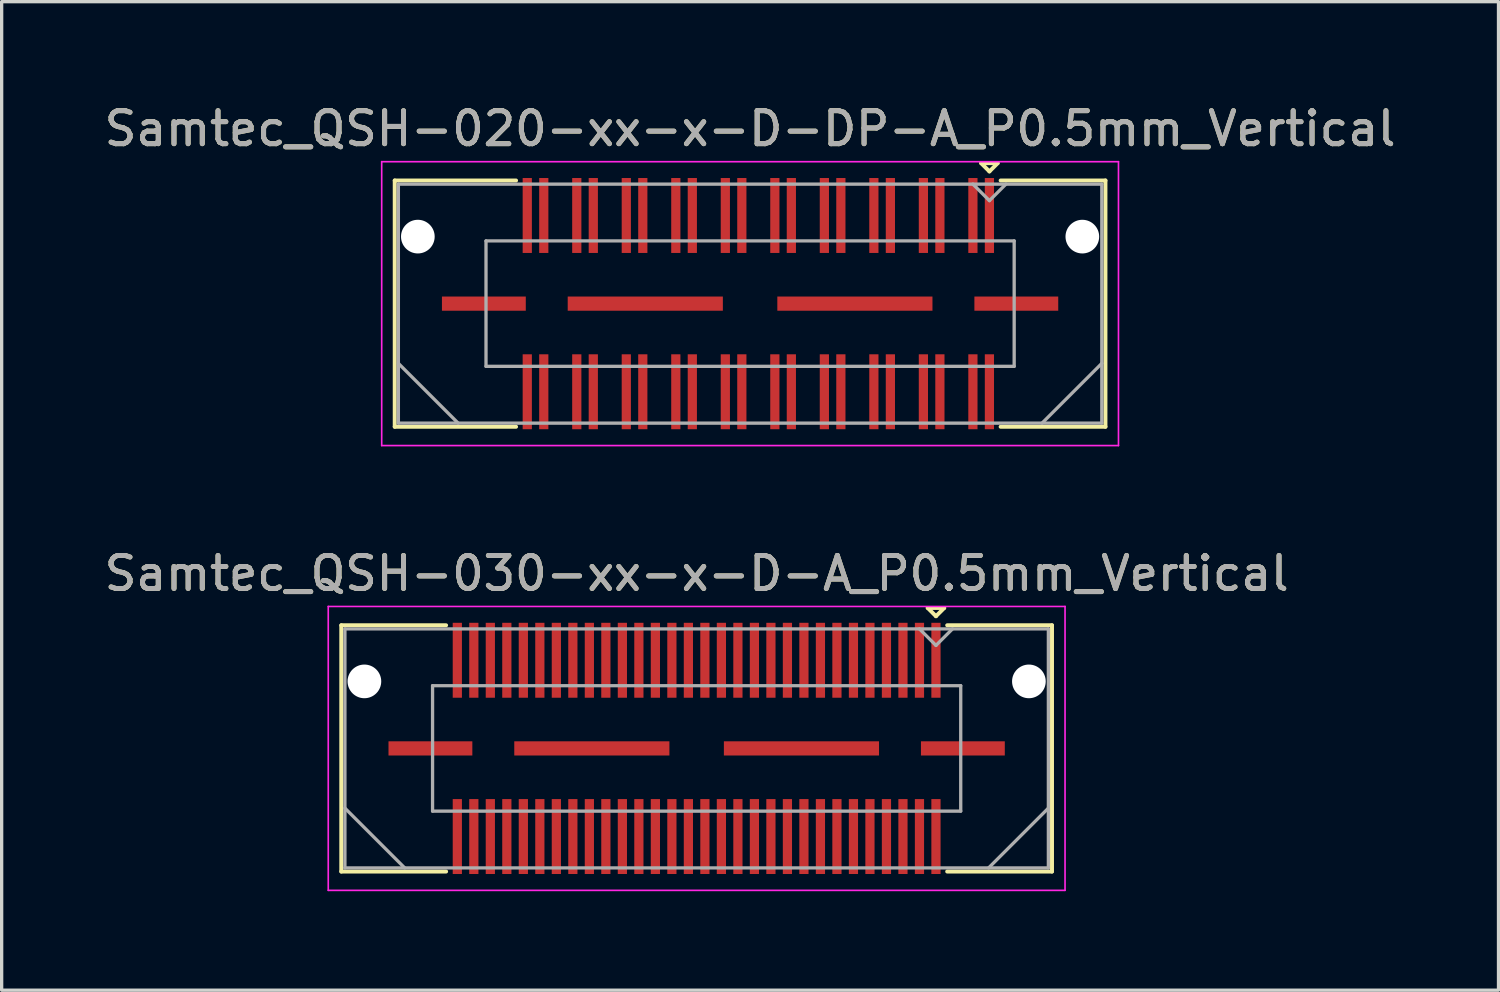
<source format=kicad_pcb>
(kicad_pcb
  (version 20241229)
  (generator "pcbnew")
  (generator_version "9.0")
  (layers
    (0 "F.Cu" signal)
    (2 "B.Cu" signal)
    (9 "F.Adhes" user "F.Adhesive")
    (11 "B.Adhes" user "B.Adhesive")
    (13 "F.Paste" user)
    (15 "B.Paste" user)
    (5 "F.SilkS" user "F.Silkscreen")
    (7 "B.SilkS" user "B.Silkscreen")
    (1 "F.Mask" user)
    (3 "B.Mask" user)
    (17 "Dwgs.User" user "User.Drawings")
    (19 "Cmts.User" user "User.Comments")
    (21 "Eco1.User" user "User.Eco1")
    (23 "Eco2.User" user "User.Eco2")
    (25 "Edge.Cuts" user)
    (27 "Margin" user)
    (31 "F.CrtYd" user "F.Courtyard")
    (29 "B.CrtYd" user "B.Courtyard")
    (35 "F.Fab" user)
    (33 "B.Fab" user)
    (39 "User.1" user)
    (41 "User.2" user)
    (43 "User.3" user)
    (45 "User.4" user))
  (footprint "Samtec_QSH-030-xx-x-D-A_P0.5mm_Vertical"
    (layer "F.Cu")
    (at 18.054 19.622)
    (property "Reference" "Samtec_QSH-030-xx-x-D-A_P0.5mm_Vertical" (at 0 -5.3 0) (layer "F.SilkS") (effects (font (size 1 1) (thickness 0.15))))
    (attr smd)
    (fp_line (start -10.765 -3.73) (end -7.59 -3.73) (stroke (width 0.12) (type solid)) (layer "F.SilkS"))
    (fp_line (start -10.765 3.73) (end -10.765 -3.73) (stroke (width 0.12) (type solid)) (layer "F.SilkS"))
    (fp_line (start -7.59 3.73) (end -10.765 3.73) (stroke (width 0.12) (type solid)) (layer "F.SilkS"))
    (fp_line (start 7 -4.255) (end 7.5 -4.255) (stroke (width 0.12) (type solid)) (layer "F.SilkS"))
    (fp_line (start 7.25 -4.005) (end 7 -4.255) (stroke (width 0.12) (type solid)) (layer "F.SilkS"))
    (fp_line (start 7.5 -4.255) (end 7.25 -4.005) (stroke (width 0.12) (type solid)) (layer "F.SilkS"))
    (fp_line (start 7.59 3.73) (end 10.765 3.73) (stroke (width 0.12) (type solid)) (layer "F.SilkS"))
    (fp_line (start 10.765 -3.73) (end 7.59 -3.73) (stroke (width 0.12) (type solid)) (layer "F.SilkS"))
    (fp_line (start 10.765 3.73) (end 10.765 -3.73) (stroke (width 0.12) (type solid)) (layer "F.SilkS"))
    (fp_line (start -11.16 -4.3) (end -11.16 4.3) (stroke (width 0.05) (type solid)) (layer "F.CrtYd"))
    (fp_line (start -11.16 4.3) (end 11.16 4.3) (stroke (width 0.05) (type solid)) (layer "F.CrtYd"))
    (fp_line (start 11.16 -4.3) (end -11.16 -4.3) (stroke (width 0.05) (type solid)) (layer "F.CrtYd"))
    (fp_line (start 11.16 4.3) (end 11.16 -4.3) (stroke (width 0.05) (type solid)) (layer "F.CrtYd"))
    (fp_line (start -10.655 -3.62) (end -10.655 3.62) (stroke (width 0.1) (type solid)) (layer "F.Fab"))
    (fp_line (start -10.655 1.81) (end -8.845 3.62) (stroke (width 0.1) (type solid)) (layer "F.Fab"))
    (fp_line (start -10.655 3.62) (end 10.655 3.62) (stroke (width 0.1) (type solid)) (layer "F.Fab"))
    (fp_line (start -8 -1.9) (end -8 1.9) (stroke (width 0.1) (type solid)) (layer "F.Fab"))
    (fp_line (start -8 1.9) (end 8 1.9) (stroke (width 0.1) (type solid)) (layer "F.Fab"))
    (fp_line (start 7.25 -3.12) (end 6.75 -3.62) (stroke (width 0.1) (type solid)) (layer "F.Fab"))
    (fp_line (start 7.75 -3.62) (end 7.25 -3.12) (stroke (width 0.1) (type solid)) (layer "F.Fab"))
    (fp_line (start 8 -1.9) (end -8 -1.9) (stroke (width 0.1) (type solid)) (layer "F.Fab"))
    (fp_line (start 8 1.9) (end 8 -1.9) (stroke (width 0.1) (type solid)) (layer "F.Fab"))
    (fp_line (start 10.655 -3.62) (end -10.655 -3.62) (stroke (width 0.1) (type solid)) (layer "F.Fab"))
    (fp_line (start 10.655 1.81) (end 8.845 3.62) (stroke (width 0.1) (type solid)) (layer "F.Fab"))
    (fp_line (start 10.655 3.62) (end 10.655 -3.62) (stroke (width 0.1) (type solid)) (layer "F.Fab"))
    (fp_text user "${REFERENCE}" (at 0 -5.3 0) (layer "F.Fab") (effects (font (size 1 1) (thickness 0.15))))
    (pad "" np_thru_hole circle (at -10.065 -2.03) (size 1.02 1.02) (drill 1.02) (layers "*.Cu" "*.Mask"))
    (pad "" np_thru_hole circle (at 10.065 -2.03) (size 1.02 1.02) (drill 1.02) (layers "*.Cu" "*.Mask"))
    (pad "1" smd rect (at 7.25 -2.67) (size 0.279 2.27) (layers "F.Cu" "F.Mask" "F.Paste"))
    (pad "2" smd rect (at 7.25 2.67) (size 0.279 2.27) (layers "F.Cu" "F.Mask" "F.Paste"))
    (pad "3" smd rect (at 6.75 -2.67) (size 0.279 2.27) (layers "F.Cu" "F.Mask" "F.Paste"))
    (pad "4" smd rect (at 6.75 2.67) (size 0.279 2.27) (layers "F.Cu" "F.Mask" "F.Paste"))
    (pad "5" smd rect (at 6.25 -2.67) (size 0.279 2.27) (layers "F.Cu" "F.Mask" "F.Paste"))
    (pad "6" smd rect (at 6.25 2.67) (size 0.279 2.27) (layers "F.Cu" "F.Mask" "F.Paste"))
    (pad "7" smd rect (at 5.75 -2.67) (size 0.279 2.27) (layers "F.Cu" "F.Mask" "F.Paste"))
    (pad "8" smd rect (at 5.75 2.67) (size 0.279 2.27) (layers "F.Cu" "F.Mask" "F.Paste"))
    (pad "9" smd rect (at 5.25 -2.67) (size 0.279 2.27) (layers "F.Cu" "F.Mask" "F.Paste"))
    (pad "10" smd rect (at 5.25 2.67) (size 0.279 2.27) (layers "F.Cu" "F.Mask" "F.Paste"))
    (pad "11" smd rect (at 4.75 -2.67) (size 0.279 2.27) (layers "F.Cu" "F.Mask" "F.Paste"))
    (pad "12" smd rect (at 4.75 2.67) (size 0.279 2.27) (layers "F.Cu" "F.Mask" "F.Paste"))
    (pad "13" smd rect (at 4.25 -2.67) (size 0.279 2.27) (layers "F.Cu" "F.Mask" "F.Paste"))
    (pad "14" smd rect (at 4.25 2.67) (size 0.279 2.27) (layers "F.Cu" "F.Mask" "F.Paste"))
    (pad "15" smd rect (at 3.75 -2.67) (size 0.279 2.27) (layers "F.Cu" "F.Mask" "F.Paste"))
    (pad "16" smd rect (at 3.75 2.67) (size 0.279 2.27) (layers "F.Cu" "F.Mask" "F.Paste"))
    (pad "17" smd rect (at 3.25 -2.67) (size 0.279 2.27) (layers "F.Cu" "F.Mask" "F.Paste"))
    (pad "18" smd rect (at 3.25 2.67) (size 0.279 2.27) (layers "F.Cu" "F.Mask" "F.Paste"))
    (pad "19" smd rect (at 2.75 -2.67) (size 0.279 2.27) (layers "F.Cu" "F.Mask" "F.Paste"))
    (pad "20" smd rect (at 2.75 2.67) (size 0.279 2.27) (layers "F.Cu" "F.Mask" "F.Paste"))
    (pad "21" smd rect (at 2.25 -2.67) (size 0.279 2.27) (layers "F.Cu" "F.Mask" "F.Paste"))
    (pad "22" smd rect (at 2.25 2.67) (size 0.279 2.27) (layers "F.Cu" "F.Mask" "F.Paste"))
    (pad "23" smd rect (at 1.75 -2.67) (size 0.279 2.27) (layers "F.Cu" "F.Mask" "F.Paste"))
    (pad "24" smd rect (at 1.75 2.67) (size 0.279 2.27) (layers "F.Cu" "F.Mask" "F.Paste"))
    (pad "25" smd rect (at 1.25 -2.67) (size 0.279 2.27) (layers "F.Cu" "F.Mask" "F.Paste"))
    (pad "26" smd rect (at 1.25 2.67) (size 0.279 2.27) (layers "F.Cu" "F.Mask" "F.Paste"))
    (pad "27" smd rect (at 0.75 -2.67) (size 0.279 2.27) (layers "F.Cu" "F.Mask" "F.Paste"))
    (pad "28" smd rect (at 0.75 2.67) (size 0.279 2.27) (layers "F.Cu" "F.Mask" "F.Paste"))
    (pad "29" smd rect (at 0.25 -2.67) (size 0.279 2.27) (layers "F.Cu" "F.Mask" "F.Paste"))
    (pad "30" smd rect (at 0.25 2.67) (size 0.279 2.27) (layers "F.Cu" "F.Mask" "F.Paste"))
    (pad "31" smd rect (at -0.25 -2.67) (size 0.279 2.27) (layers "F.Cu" "F.Mask" "F.Paste"))
    (pad "32" smd rect (at -0.25 2.67) (size 0.279 2.27) (layers "F.Cu" "F.Mask" "F.Paste"))
    (pad "33" smd rect (at -0.75 -2.67) (size 0.279 2.27) (layers "F.Cu" "F.Mask" "F.Paste"))
    (pad "34" smd rect (at -0.75 2.67) (size 0.279 2.27) (layers "F.Cu" "F.Mask" "F.Paste"))
    (pad "35" smd rect (at -1.25 -2.67) (size 0.279 2.27) (layers "F.Cu" "F.Mask" "F.Paste"))
    (pad "36" smd rect (at -1.25 2.67) (size 0.279 2.27) (layers "F.Cu" "F.Mask" "F.Paste"))
    (pad "37" smd rect (at -1.75 -2.67) (size 0.279 2.27) (layers "F.Cu" "F.Mask" "F.Paste"))
    (pad "38" smd rect (at -1.75 2.67) (size 0.279 2.27) (layers "F.Cu" "F.Mask" "F.Paste"))
    (pad "39" smd rect (at -2.25 -2.67) (size 0.279 2.27) (layers "F.Cu" "F.Mask" "F.Paste"))
    (pad "40" smd rect (at -2.25 2.67) (size 0.279 2.27) (layers "F.Cu" "F.Mask" "F.Paste"))
    (pad "41" smd rect (at -2.75 -2.67) (size 0.279 2.27) (layers "F.Cu" "F.Mask" "F.Paste"))
    (pad "42" smd rect (at -2.75 2.67) (size 0.279 2.27) (layers "F.Cu" "F.Mask" "F.Paste"))
    (pad "43" smd rect (at -3.25 -2.67) (size 0.279 2.27) (layers "F.Cu" "F.Mask" "F.Paste"))
    (pad "44" smd rect (at -3.25 2.67) (size 0.279 2.27) (layers "F.Cu" "F.Mask" "F.Paste"))
    (pad "45" smd rect (at -3.75 -2.67) (size 0.279 2.27) (layers "F.Cu" "F.Mask" "F.Paste"))
    (pad "46" smd rect (at -3.75 2.67) (size 0.279 2.27) (layers "F.Cu" "F.Mask" "F.Paste"))
    (pad "47" smd rect (at -4.25 -2.67) (size 0.279 2.27) (layers "F.Cu" "F.Mask" "F.Paste"))
    (pad "48" smd rect (at -4.25 2.67) (size 0.279 2.27) (layers "F.Cu" "F.Mask" "F.Paste"))
    (pad "49" smd rect (at -4.75 -2.67) (size 0.279 2.27) (layers "F.Cu" "F.Mask" "F.Paste"))
    (pad "50" smd rect (at -4.75 2.67) (size 0.279 2.27) (layers "F.Cu" "F.Mask" "F.Paste"))
    (pad "51" smd rect (at -5.25 -2.67) (size 0.279 2.27) (layers "F.Cu" "F.Mask" "F.Paste"))
    (pad "52" smd rect (at -5.25 2.67) (size 0.279 2.27) (layers "F.Cu" "F.Mask" "F.Paste"))
    (pad "53" smd rect (at -5.75 -2.67) (size 0.279 2.27) (layers "F.Cu" "F.Mask" "F.Paste"))
    (pad "54" smd rect (at -5.75 2.67) (size 0.279 2.27) (layers "F.Cu" "F.Mask" "F.Paste"))
    (pad "55" smd rect (at -6.25 -2.67) (size 0.279 2.27) (layers "F.Cu" "F.Mask" "F.Paste"))
    (pad "56" smd rect (at -6.25 2.67) (size 0.279 2.27) (layers "F.Cu" "F.Mask" "F.Paste"))
    (pad "57" smd rect (at -6.75 -2.67) (size 0.279 2.27) (layers "F.Cu" "F.Mask" "F.Paste"))
    (pad "58" smd rect (at -6.75 2.67) (size 0.279 2.27) (layers "F.Cu" "F.Mask" "F.Paste"))
    (pad "59" smd rect (at -7.25 -2.67) (size 0.279 2.27) (layers "F.Cu" "F.Mask" "F.Paste"))
    (pad "60" smd rect (at -7.25 2.67) (size 0.279 2.27) (layers "F.Cu" "F.Mask" "F.Paste"))
    (pad "P1" smd rect (at -8.065 0) (size 2.54 0.43) (layers "F.Cu" "F.Mask" "F.Paste"))
    (pad "P1" smd rect (at -3.175 0) (size 4.7 0.43) (layers "F.Cu" "F.Mask" "F.Paste"))
    (pad "P1" smd rect (at 3.175 0) (size 4.7 0.43) (layers "F.Cu" "F.Mask" "F.Paste"))
    (pad "P1" smd rect (at 8.065 0) (size 2.54 0.43) (layers "F.Cu" "F.Mask" "F.Paste")))
  (footprint "Samtec_QSH-020-xx-x-D-DP-A_P0.5mm_Vertical"
    (layer "F.Cu")
    (at 19.673 6.148)
    (property "Reference" "Samtec_QSH-020-xx-x-D-DP-A_P0.5mm_Vertical" (at 0 -5.3 0) (layer "F.SilkS") (effects (font (size 1 1) (thickness 0.15))))
    (attr smd)
    (fp_line (start -10.765 -3.73) (end -7.09 -3.73) (stroke (width 0.12) (type solid)) (layer "F.SilkS"))
    (fp_line (start -10.765 3.73) (end -10.765 -3.73) (stroke (width 0.12) (type solid)) (layer "F.SilkS"))
    (fp_line (start -7.09 3.73) (end -10.765 3.73) (stroke (width 0.12) (type solid)) (layer "F.SilkS"))
    (fp_line (start 7 -4.255) (end 7.5 -4.255) (stroke (width 0.12) (type solid)) (layer "F.SilkS"))
    (fp_line (start 7.25 -4.005) (end 7 -4.255) (stroke (width 0.12) (type solid)) (layer "F.SilkS"))
    (fp_line (start 7.5 -4.255) (end 7.25 -4.005) (stroke (width 0.12) (type solid)) (layer "F.SilkS"))
    (fp_line (start 7.59 3.73) (end 10.765 3.73) (stroke (width 0.12) (type solid)) (layer "F.SilkS"))
    (fp_line (start 10.765 -3.73) (end 7.59 -3.73) (stroke (width 0.12) (type solid)) (layer "F.SilkS"))
    (fp_line (start 10.765 3.73) (end 10.765 -3.73) (stroke (width 0.12) (type solid)) (layer "F.SilkS"))
    (fp_line (start -11.16 -4.3) (end -11.16 4.3) (stroke (width 0.05) (type solid)) (layer "F.CrtYd"))
    (fp_line (start -11.16 4.3) (end 11.16 4.3) (stroke (width 0.05) (type solid)) (layer "F.CrtYd"))
    (fp_line (start 11.16 -4.3) (end -11.16 -4.3) (stroke (width 0.05) (type solid)) (layer "F.CrtYd"))
    (fp_line (start 11.16 4.3) (end 11.16 -4.3) (stroke (width 0.05) (type solid)) (layer "F.CrtYd"))
    (fp_line (start -10.655 -3.62) (end -10.655 3.62) (stroke (width 0.1) (type solid)) (layer "F.Fab"))
    (fp_line (start -10.655 1.81) (end -8.845 3.62) (stroke (width 0.1) (type solid)) (layer "F.Fab"))
    (fp_line (start -10.655 3.62) (end 10.655 3.62) (stroke (width 0.1) (type solid)) (layer "F.Fab"))
    (fp_line (start -8 -1.9) (end -8 1.9) (stroke (width 0.1) (type solid)) (layer "F.Fab"))
    (fp_line (start -8 1.9) (end 8 1.9) (stroke (width 0.1) (type solid)) (layer "F.Fab"))
    (fp_line (start 7.25 -3.12) (end 6.75 -3.62) (stroke (width 0.1) (type solid)) (layer "F.Fab"))
    (fp_line (start 7.75 -3.62) (end 7.25 -3.12) (stroke (width 0.1) (type solid)) (layer "F.Fab"))
    (fp_line (start 8 -1.9) (end -8 -1.9) (stroke (width 0.1) (type solid)) (layer "F.Fab"))
    (fp_line (start 8 1.9) (end 8 -1.9) (stroke (width 0.1) (type solid)) (layer "F.Fab"))
    (fp_line (start 10.655 -3.62) (end -10.655 -3.62) (stroke (width 0.1) (type solid)) (layer "F.Fab"))
    (fp_line (start 10.655 1.81) (end 8.845 3.62) (stroke (width 0.1) (type solid)) (layer "F.Fab"))
    (fp_line (start 10.655 3.62) (end 10.655 -3.62) (stroke (width 0.1) (type solid)) (layer "F.Fab"))
    (fp_text user "${REFERENCE}" (at 0 -5.3 0) (layer "F.Fab") (effects (font (size 1 1) (thickness 0.15))))
    (pad "" np_thru_hole circle (at -10.065 -2.03) (size 1.02 1.02) (drill 1.02) (layers "*.Cu" "*.Mask"))
    (pad "" np_thru_hole circle (at 10.065 -2.03) (size 1.02 1.02) (drill 1.02) (layers "*.Cu" "*.Mask"))
    (pad "1" smd rect (at 7.25 -2.67) (size 0.279 2.27) (layers "F.Cu" "F.Mask" "F.Paste"))
    (pad "2" smd rect (at 7.25 2.67) (size 0.279 2.27) (layers "F.Cu" "F.Mask" "F.Paste"))
    (pad "3" smd rect (at 6.75 -2.67) (size 0.279 2.27) (layers "F.Cu" "F.Mask" "F.Paste"))
    (pad "4" smd rect (at 6.75 2.67) (size 0.279 2.27) (layers "F.Cu" "F.Mask" "F.Paste"))
    (pad "5" smd rect (at 5.75 -2.67) (size 0.279 2.27) (layers "F.Cu" "F.Mask" "F.Paste"))
    (pad "6" smd rect (at 5.75 2.67) (size 0.279 2.27) (layers "F.Cu" "F.Mask" "F.Paste"))
    (pad "7" smd rect (at 5.25 -2.67) (size 0.279 2.27) (layers "F.Cu" "F.Mask" "F.Paste"))
    (pad "8" smd rect (at 5.25 2.67) (size 0.279 2.27) (layers "F.Cu" "F.Mask" "F.Paste"))
    (pad "9" smd rect (at 4.25 -2.67) (size 0.279 2.27) (layers "F.Cu" "F.Mask" "F.Paste"))
    (pad "10" smd rect (at 4.25 2.67) (size 0.279 2.27) (layers "F.Cu" "F.Mask" "F.Paste"))
    (pad "11" smd rect (at 3.75 -2.67) (size 0.279 2.27) (layers "F.Cu" "F.Mask" "F.Paste"))
    (pad "12" smd rect (at 3.75 2.67) (size 0.279 2.27) (layers "F.Cu" "F.Mask" "F.Paste"))
    (pad "13" smd rect (at 2.75 -2.67) (size 0.279 2.27) (layers "F.Cu" "F.Mask" "F.Paste"))
    (pad "14" smd rect (at 2.75 2.67) (size 0.279 2.27) (layers "F.Cu" "F.Mask" "F.Paste"))
    (pad "15" smd rect (at 2.25 -2.67) (size 0.279 2.27) (layers "F.Cu" "F.Mask" "F.Paste"))
    (pad "16" smd rect (at 2.25 2.67) (size 0.279 2.27) (layers "F.Cu" "F.Mask" "F.Paste"))
    (pad "17" smd rect (at 1.25 -2.67) (size 0.279 2.27) (layers "F.Cu" "F.Mask" "F.Paste"))
    (pad "18" smd rect (at 1.25 2.67) (size 0.279 2.27) (layers "F.Cu" "F.Mask" "F.Paste"))
    (pad "19" smd rect (at 0.75 -2.67) (size 0.279 2.27) (layers "F.Cu" "F.Mask" "F.Paste"))
    (pad "20" smd rect (at 0.75 2.67) (size 0.279 2.27) (layers "F.Cu" "F.Mask" "F.Paste"))
    (pad "21" smd rect (at -0.25 -2.67) (size 0.279 2.27) (layers "F.Cu" "F.Mask" "F.Paste"))
    (pad "22" smd rect (at -0.25 2.67) (size 0.279 2.27) (layers "F.Cu" "F.Mask" "F.Paste"))
    (pad "23" smd rect (at -0.75 -2.67) (size 0.279 2.27) (layers "F.Cu" "F.Mask" "F.Paste"))
    (pad "24" smd rect (at -0.75 2.67) (size 0.279 2.27) (layers "F.Cu" "F.Mask" "F.Paste"))
    (pad "25" smd rect (at -1.75 -2.67) (size 0.279 2.27) (layers "F.Cu" "F.Mask" "F.Paste"))
    (pad "26" smd rect (at -1.75 2.67) (size 0.279 2.27) (layers "F.Cu" "F.Mask" "F.Paste"))
    (pad "27" smd rect (at -2.25 -2.67) (size 0.279 2.27) (layers "F.Cu" "F.Mask" "F.Paste"))
    (pad "28" smd rect (at -2.25 2.67) (size 0.279 2.27) (layers "F.Cu" "F.Mask" "F.Paste"))
    (pad "29" smd rect (at -3.25 -2.67) (size 0.279 2.27) (layers "F.Cu" "F.Mask" "F.Paste"))
    (pad "30" smd rect (at -3.25 2.67) (size 0.279 2.27) (layers "F.Cu" "F.Mask" "F.Paste"))
    (pad "31" smd rect (at -3.75 -2.67) (size 0.279 2.27) (layers "F.Cu" "F.Mask" "F.Paste"))
    (pad "32" smd rect (at -3.75 2.67) (size 0.279 2.27) (layers "F.Cu" "F.Mask" "F.Paste"))
    (pad "33" smd rect (at -4.75 -2.67) (size 0.279 2.27) (layers "F.Cu" "F.Mask" "F.Paste"))
    (pad "34" smd rect (at -4.75 2.67) (size 0.279 2.27) (layers "F.Cu" "F.Mask" "F.Paste"))
    (pad "35" smd rect (at -5.25 -2.67) (size 0.279 2.27) (layers "F.Cu" "F.Mask" "F.Paste"))
    (pad "36" smd rect (at -5.25 2.67) (size 0.279 2.27) (layers "F.Cu" "F.Mask" "F.Paste"))
    (pad "37" smd rect (at -6.25 -2.67) (size 0.279 2.27) (layers "F.Cu" "F.Mask" "F.Paste"))
    (pad "38" smd rect (at -6.25 2.67) (size 0.279 2.27) (layers "F.Cu" "F.Mask" "F.Paste"))
    (pad "39" smd rect (at -6.75 -2.67) (size 0.279 2.27) (layers "F.Cu" "F.Mask" "F.Paste"))
    (pad "40" smd rect (at -6.75 2.67) (size 0.279 2.27) (layers "F.Cu" "F.Mask" "F.Paste"))
    (pad "P1" smd rect (at -8.065 0) (size 2.54 0.43) (layers "F.Cu" "F.Mask" "F.Paste"))
    (pad "P1" smd rect (at -3.175 0) (size 4.7 0.43) (layers "F.Cu" "F.Mask" "F.Paste"))
    (pad "P1" smd rect (at 3.175 0) (size 4.7 0.43) (layers "F.Cu" "F.Mask" "F.Paste"))
    (pad "P1" smd rect (at 8.065 0) (size 2.54 0.43) (layers "F.Cu" "F.Mask" "F.Paste")))
  (gr_rect
    (start -3 -3)
    (end 42.345 26.947)
    (stroke (width 0.1) (type default))
    (fill no)
    (layer "Edge.Cuts")))
</source>
